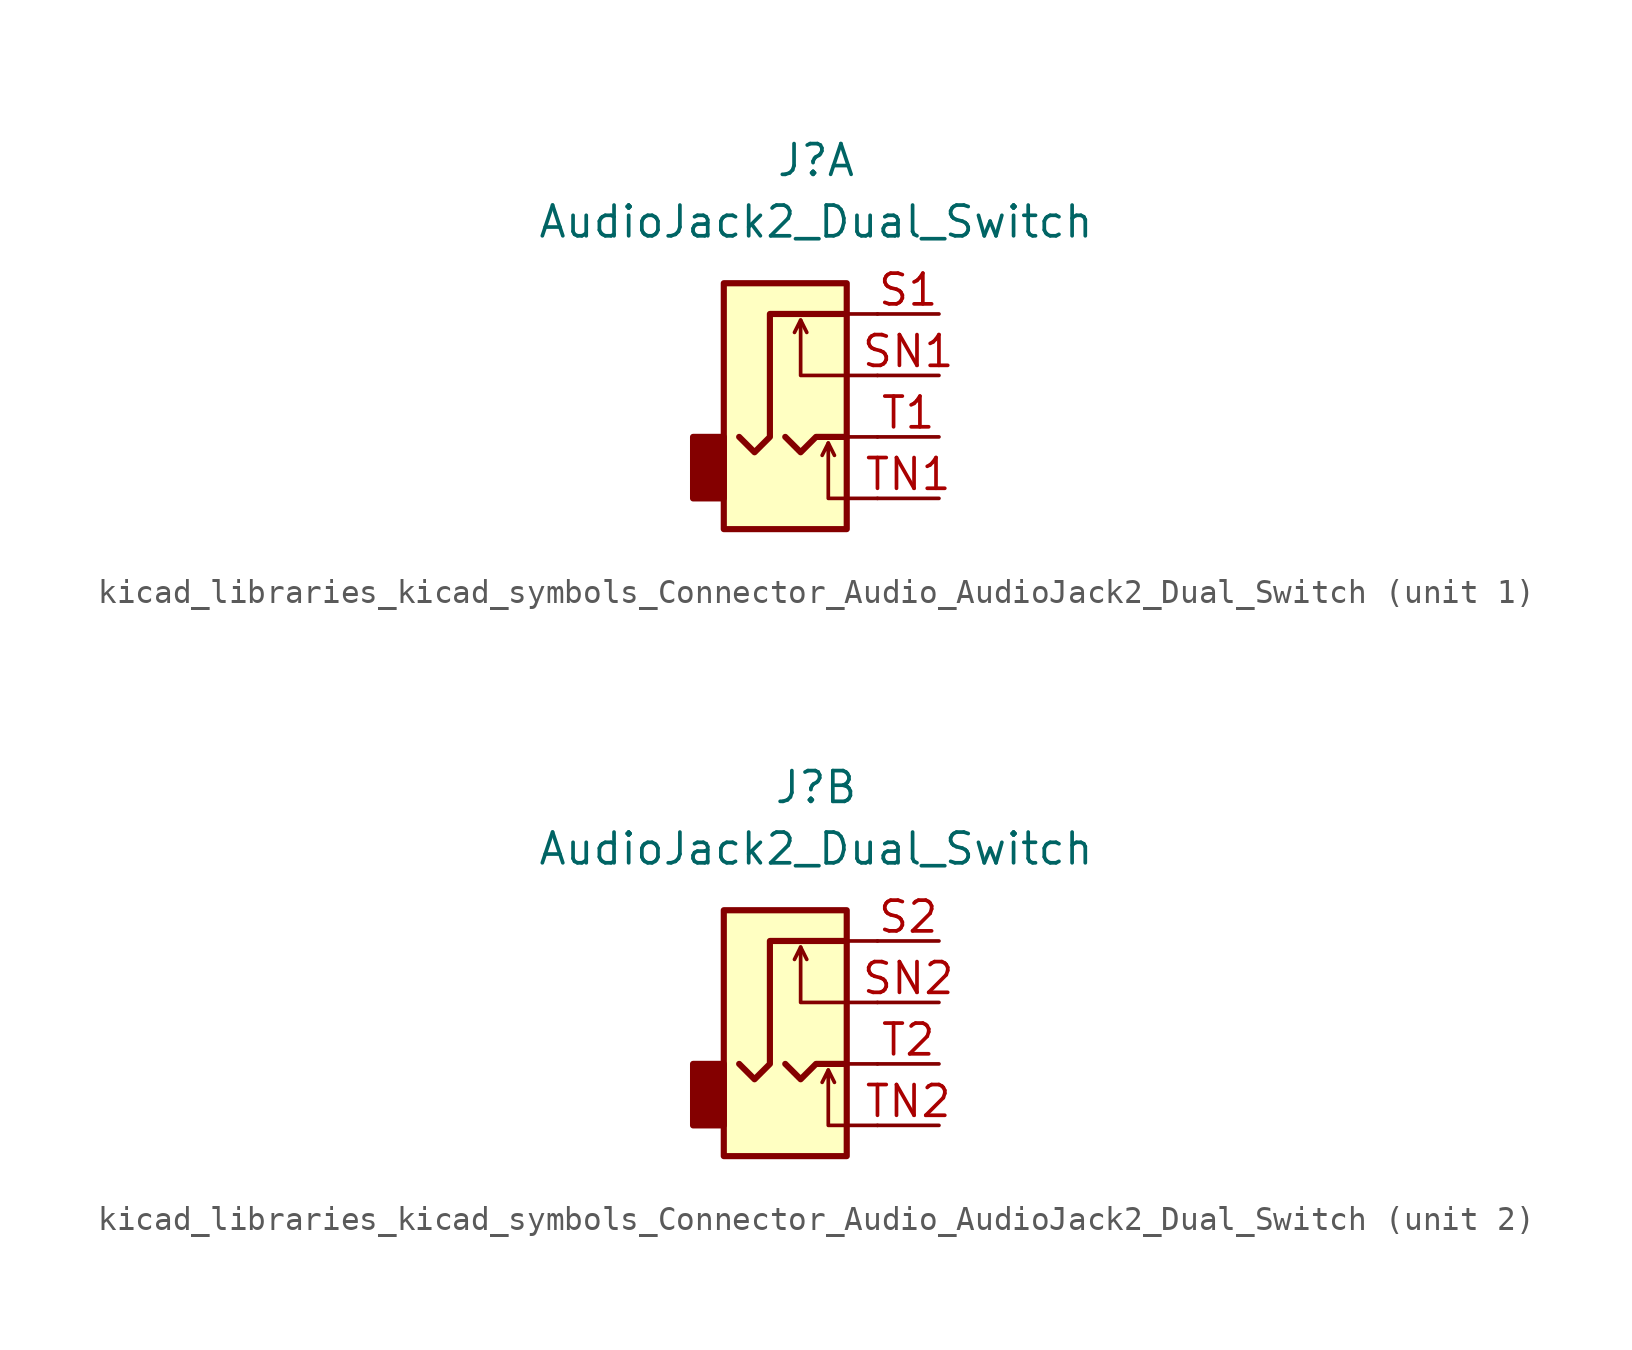
<source format=kicad_sym>
(kicad_symbol_lib
  (version 20220914)
  (generator kicad_symbol_editor)
  (symbol "kicad_libraries_kicad_symbols_Connector_Audio_AudioJack2_Dual_Switch"
    (property "Reference" "J"
      (at 0 11.43 0)
      (effects (font (size 1.27 1.27))))
    (property "Value" "AudioJack2_Dual_Switch"
      (at 0 8.89 0)
      (effects (font (size 1.27 1.27))))
    (symbol "kicad_libraries_kicad_symbols_Connector_Audio_AudioJack2_Dual_Switch_0_1"
      (rectangle (start -3.81 -2.54) (end -5.08 0) (stroke (width 0.254) (type default)) (fill (type outline)))
      (polyline (pts (xy -0.635 4.826) (xy -0.381 4.318)) (stroke (width 0) (type default)) (fill (type none)))
      (polyline (pts (xy 0.508 -0.254) (xy 0.762 -0.762)) (stroke (width 0) (type default)) (fill (type none)))
      (polyline (pts (xy 1.27 -2.54) (xy 2.54 -2.54)) (stroke (width 0) (type default)) (fill (type none)))
      (polyline (pts (xy 1.27 2.54) (xy 2.54 2.54)) (stroke (width 0) (type default)) (fill (type none)))
      (polyline (pts (xy 2.54 0) (xy 1.27 0)) (stroke (width 0) (type default)) (fill (type none)))
      (polyline (pts (xy 2.54 5.08) (xy 1.27 5.08)) (stroke (width 0) (type default)) (fill (type none)))
      (polyline (pts (xy -1.27 0) (xy -0.635 -0.635) (xy 0 0) (xy 1.27 0)) (stroke (width 0.254) (type default)) (fill (type none)))
      (polyline (pts (xy 1.27 -2.54) (xy 0.508 -2.54) (xy 0.508 -0.254) (xy 0.254 -0.762)) (stroke (width 0) (type default)) (fill (type none)))
      (polyline (pts (xy 1.27 2.54) (xy -0.635 2.54) (xy -0.635 4.826) (xy -0.889 4.318)) (stroke (width 0) (type default)) (fill (type none)))
      (polyline (pts (xy 1.27 5.08) (xy -1.905 5.08) (xy -1.905 0) (xy -2.54 -0.635) (xy -3.175 0)) (stroke (width 0.254) (type default)) (fill (type none)))
      (rectangle (start 1.27 6.35) (end -3.81 -3.81) (stroke (width 0.254) (type default)) (fill (type background))))
    (symbol "kicad_libraries_kicad_symbols_Connector_Audio_AudioJack2_Dual_Switch_1_1"
      (pin passive line (at 5.08 5.08 180) (length 2.54) (name "~" (effects (font (size 1.27 1.27)))) (number "S1" (effects (font (size 1.27 1.27)))))
      (pin passive line (at 5.08 2.54 180) (length 2.54) (name "~" (effects (font (size 1.27 1.27)))) (number "SN1" (effects (font (size 1.27 1.27)))))
      (pin passive line (at 5.08 0 180) (length 2.54) (name "~" (effects (font (size 1.27 1.27)))) (number "T1" (effects (font (size 1.27 1.27)))))
      (pin passive line (at 5.08 -2.54 180) (length 2.54) (name "~" (effects (font (size 1.27 1.27)))) (number "TN1" (effects (font (size 1.27 1.27))))))
    (symbol "kicad_libraries_kicad_symbols_Connector_Audio_AudioJack2_Dual_Switch_2_1"
      (pin passive line (at 5.08 5.08 180) (length 2.54) (name "~" (effects (font (size 1.27 1.27)))) (number "S2" (effects (font (size 1.27 1.27)))))
      (pin passive line (at 5.08 2.54 180) (length 2.54) (name "~" (effects (font (size 1.27 1.27)))) (number "SN2" (effects (font (size 1.27 1.27)))))
      (pin passive line (at 5.08 0 180) (length 2.54) (name "~" (effects (font (size 1.27 1.27)))) (number "T2" (effects (font (size 1.27 1.27)))))
      (pin passive line (at 5.08 -2.54 180) (length 2.54) (name "~" (effects (font (size 1.27 1.27)))) (number "TN2" (effects (font (size 1.27 1.27))))))))
</source>
